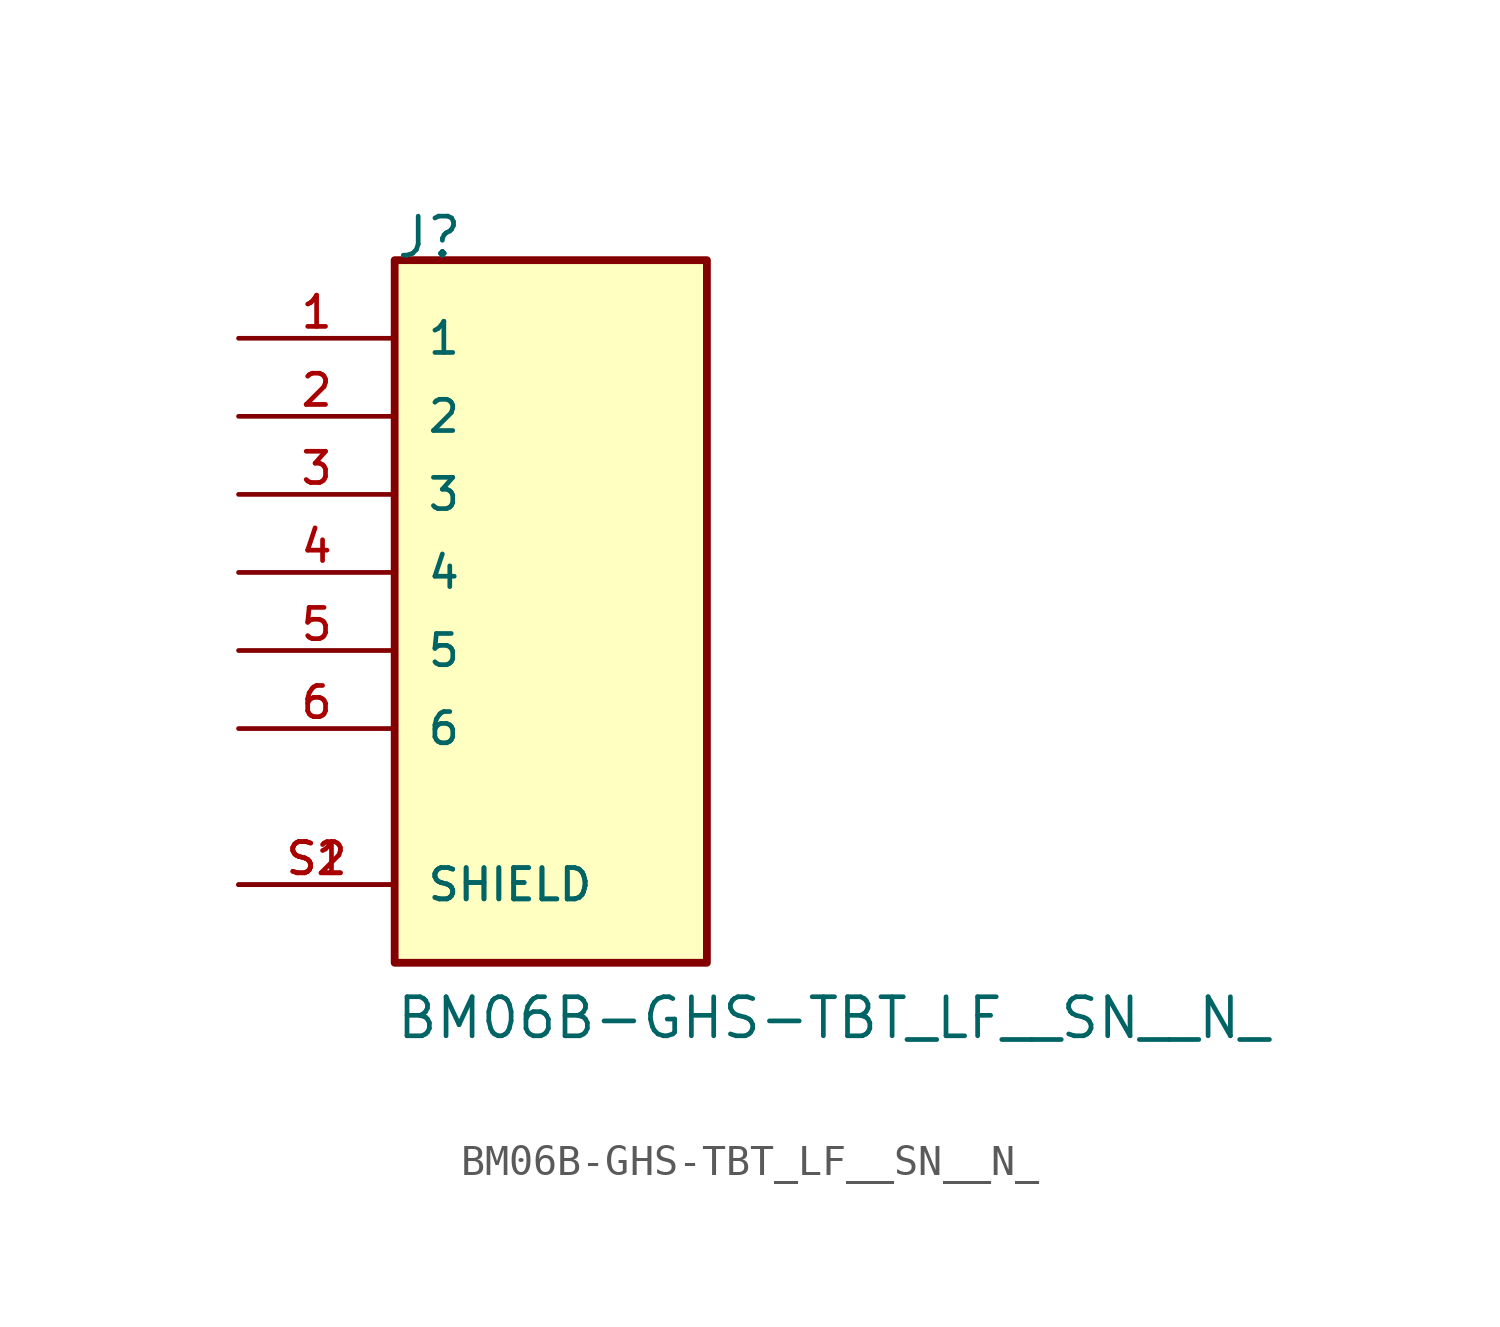
<source format=kicad_sym>
(kicad_symbol_lib
  (version 20211014)
  (generator kicad_symbol_editor)
  (symbol "BM06B-GHS-TBT_LF__SN__N_"
    (pin_names
      (offset 1.016))
    (property "Reference" "J"
      (at -5.08 10.16 0)
      (effects (font (size 1.27 1.27)) (justify bottom left)))
    (property "Value" "BM06B-GHS-TBT_LF__SN__N_"
      (at -5.08 -15.24 0)
      (effects (font (size 1.27 1.27)) (justify bottom left)))
    (symbol "BM06B-GHS-TBT_LF__SN__N__0_0"
      (rectangle (start -5.08 -12.7) (end 5.08 10.16) (stroke (width 0.254)) (fill (type background)))
      (pin passive line (at -10.16 7.62 0) (length 5.08) (name "1" (effects (font (size 1.016 1.016)))) (number "1" (effects (font (size 1.016 1.016)))))
      (pin passive line (at -10.16 5.08 0) (length 5.08) (name "2" (effects (font (size 1.016 1.016)))) (number "2" (effects (font (size 1.016 1.016)))))
      (pin passive line (at -10.16 2.54 0) (length 5.08) (name "3" (effects (font (size 1.016 1.016)))) (number "3" (effects (font (size 1.016 1.016)))))
      (pin passive line (at -10.16 0.0 0) (length 5.08) (name "4" (effects (font (size 1.016 1.016)))) (number "4" (effects (font (size 1.016 1.016)))))
      (pin passive line (at -10.16 -10.16 0) (length 5.08) (name "SHIELD" (effects (font (size 1.016 1.016)))) (number "S1" (effects (font (size 1.016 1.016)))))
      (pin passive line (at -10.16 -10.16 0) (length 5.08) (name "SHIELD" (effects (font (size 1.016 1.016)))) (number "S2" (effects (font (size 1.016 1.016)))))
      (pin passive line (at -10.16 -2.54 0) (length 5.08) (name "5" (effects (font (size 1.016 1.016)))) (number "5" (effects (font (size 1.016 1.016)))))
      (pin passive line (at -10.16 -5.08 0) (length 5.08) (name "6" (effects (font (size 1.016 1.016)))) (number "6" (effects (font (size 1.016 1.016))))))))
</source>
